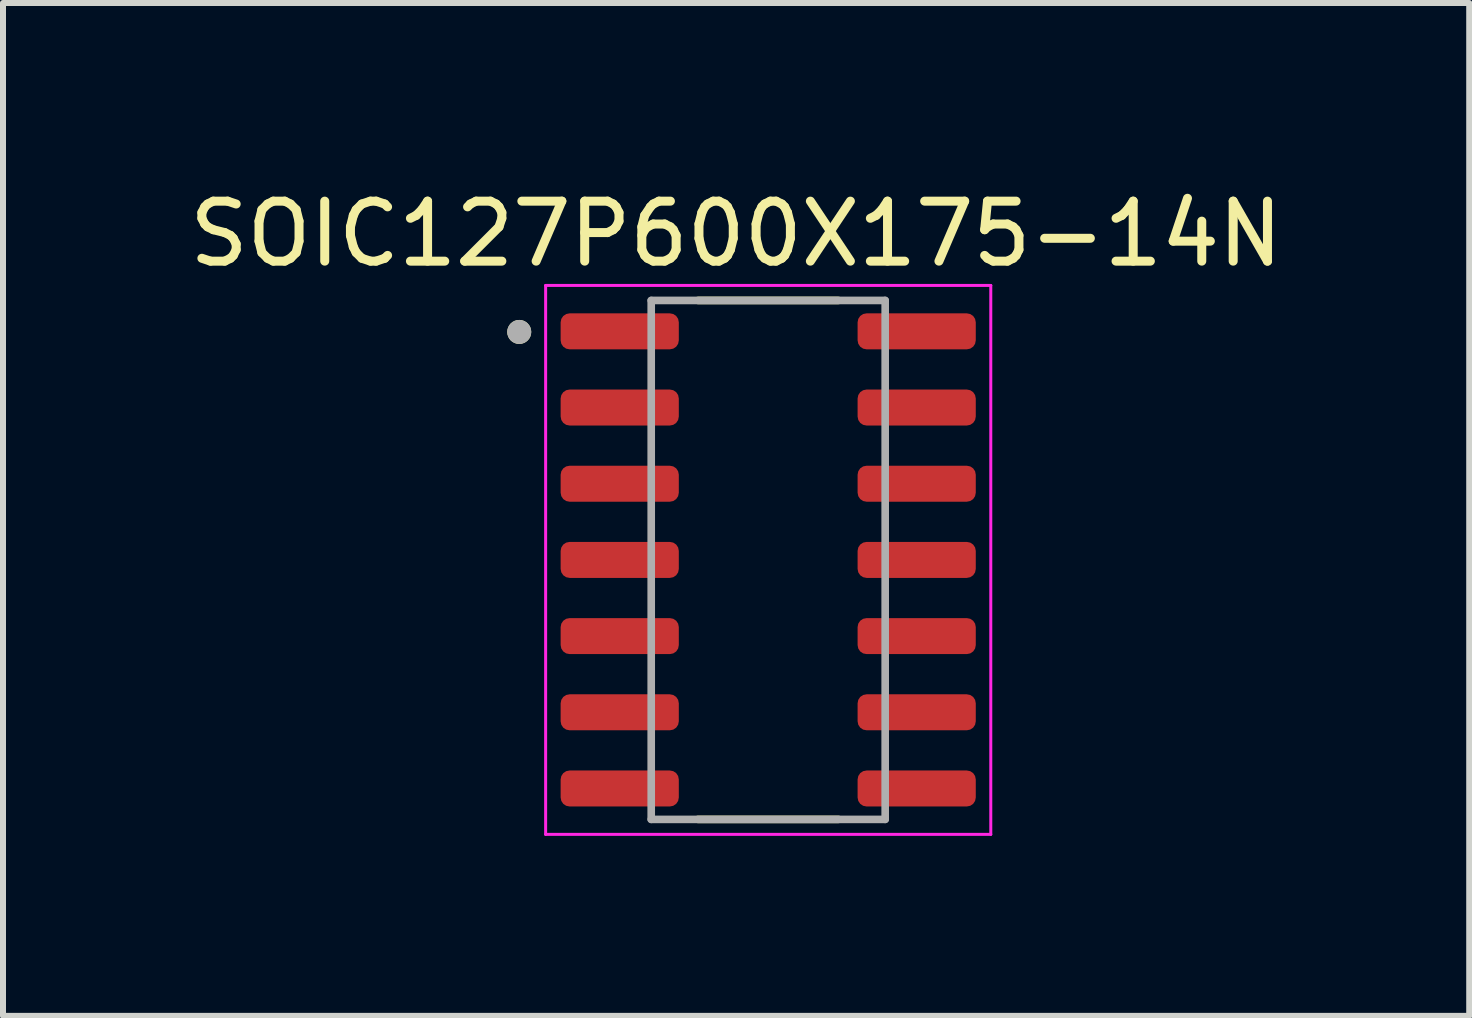
<source format=kicad_pcb>
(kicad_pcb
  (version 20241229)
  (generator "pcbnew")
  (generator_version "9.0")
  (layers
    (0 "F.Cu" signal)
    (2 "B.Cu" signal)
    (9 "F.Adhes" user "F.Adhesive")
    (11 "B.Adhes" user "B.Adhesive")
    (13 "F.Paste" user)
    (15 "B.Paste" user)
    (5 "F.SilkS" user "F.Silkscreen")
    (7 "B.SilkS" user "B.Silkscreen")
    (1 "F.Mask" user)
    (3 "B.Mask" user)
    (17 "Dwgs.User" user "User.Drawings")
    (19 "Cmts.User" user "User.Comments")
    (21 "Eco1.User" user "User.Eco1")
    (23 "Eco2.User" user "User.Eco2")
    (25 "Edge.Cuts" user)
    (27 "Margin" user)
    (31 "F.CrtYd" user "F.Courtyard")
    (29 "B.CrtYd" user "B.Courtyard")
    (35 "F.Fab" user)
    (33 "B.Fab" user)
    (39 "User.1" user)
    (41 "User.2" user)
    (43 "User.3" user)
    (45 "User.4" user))
  (footprint "SOIC127P600X175-14N"
    (layer "F.Cu")
    (at 9.755 6.283)
    (property "Reference" "SOIC127P600X175-14N" (at -0.535 -5.435 0) (layer "F.SilkS") (effects (font (size 1 1) (thickness 0.15))))
    (attr smd)
    (fp_line (start -1.17 -4.325) (end 1.17 -4.325) (stroke (width 0.127) (type solid)) (layer "F.SilkS"))
    (fp_line (start -1.17 4.325) (end 1.17 4.325) (stroke (width 0.127) (type solid)) (layer "F.SilkS"))
    (fp_circle (center -4.15 -3.8) (end -4.05 -3.8) (stroke (width 0.2) (type solid)) (fill no) (layer "F.SilkS"))
    (fp_line (start -3.71 -4.575) (end 3.71 -4.575) (stroke (width 0.05) (type solid)) (layer "F.CrtYd"))
    (fp_line (start -3.71 4.575) (end -3.71 -4.575) (stroke (width 0.05) (type solid)) (layer "F.CrtYd"))
    (fp_line (start 3.71 -4.575) (end 3.71 4.575) (stroke (width 0.05) (type solid)) (layer "F.CrtYd"))
    (fp_line (start 3.71 4.575) (end -3.71 4.575) (stroke (width 0.05) (type solid)) (layer "F.CrtYd"))
    (fp_line (start -1.95 -4.325) (end 1.95 -4.325) (stroke (width 0.127) (type solid)) (layer "F.Fab"))
    (fp_line (start -1.95 4.325) (end -1.95 -4.325) (stroke (width 0.127) (type solid)) (layer "F.Fab"))
    (fp_line (start 1.95 -4.325) (end 1.95 4.325) (stroke (width 0.127) (type solid)) (layer "F.Fab"))
    (fp_line (start 1.95 4.325) (end -1.95 4.325) (stroke (width 0.127) (type solid)) (layer "F.Fab"))
    (fp_circle (center -4.15 -3.8) (end -4.05 -3.8) (stroke (width 0.2) (type solid)) (fill no) (layer "F.Fab"))
    (pad "1" smd roundrect (at -2.475 -3.81) (size 1.97 0.6) (layers "F.Cu" "F.Mask" "F.Paste") (roundrect_rratio 0.25))
    (pad "2" smd roundrect (at -2.475 -2.54) (size 1.97 0.6) (layers "F.Cu" "F.Mask" "F.Paste") (roundrect_rratio 0.25))
    (pad "3" smd roundrect (at -2.475 -1.27) (size 1.97 0.6) (layers "F.Cu" "F.Mask" "F.Paste") (roundrect_rratio 0.25))
    (pad "4" smd roundrect (at -2.475 0) (size 1.97 0.6) (layers "F.Cu" "F.Mask" "F.Paste") (roundrect_rratio 0.25))
    (pad "5" smd roundrect (at -2.475 1.27) (size 1.97 0.6) (layers "F.Cu" "F.Mask" "F.Paste") (roundrect_rratio 0.25))
    (pad "6" smd roundrect (at -2.475 2.54) (size 1.97 0.6) (layers "F.Cu" "F.Mask" "F.Paste") (roundrect_rratio 0.25))
    (pad "7" smd roundrect (at -2.475 3.81) (size 1.97 0.6) (layers "F.Cu" "F.Mask" "F.Paste") (roundrect_rratio 0.25))
    (pad "8" smd roundrect (at 2.475 3.81) (size 1.97 0.6) (layers "F.Cu" "F.Mask" "F.Paste") (roundrect_rratio 0.25))
    (pad "9" smd roundrect (at 2.475 2.54) (size 1.97 0.6) (layers "F.Cu" "F.Mask" "F.Paste") (roundrect_rratio 0.25))
    (pad "10" smd roundrect (at 2.475 1.27) (size 1.97 0.6) (layers "F.Cu" "F.Mask" "F.Paste") (roundrect_rratio 0.25))
    (pad "11" smd roundrect (at 2.475 0) (size 1.97 0.6) (layers "F.Cu" "F.Mask" "F.Paste") (roundrect_rratio 0.25))
    (pad "12" smd roundrect (at 2.475 -1.27) (size 1.97 0.6) (layers "F.Cu" "F.Mask" "F.Paste") (roundrect_rratio 0.25))
    (pad "13" smd roundrect (at 2.475 -2.54) (size 1.97 0.6) (layers "F.Cu" "F.Mask" "F.Paste") (roundrect_rratio 0.25))
    (pad "14" smd roundrect (at 2.475 -3.81) (size 1.97 0.6) (layers "F.Cu" "F.Mask" "F.Paste") (roundrect_rratio 0.25)))
  (gr_rect
    (start -3 -3)
    (end 21.44 13.883)
    (stroke (width 0.1) (type default))
    (fill no)
    (layer "Edge.Cuts")))
</source>
